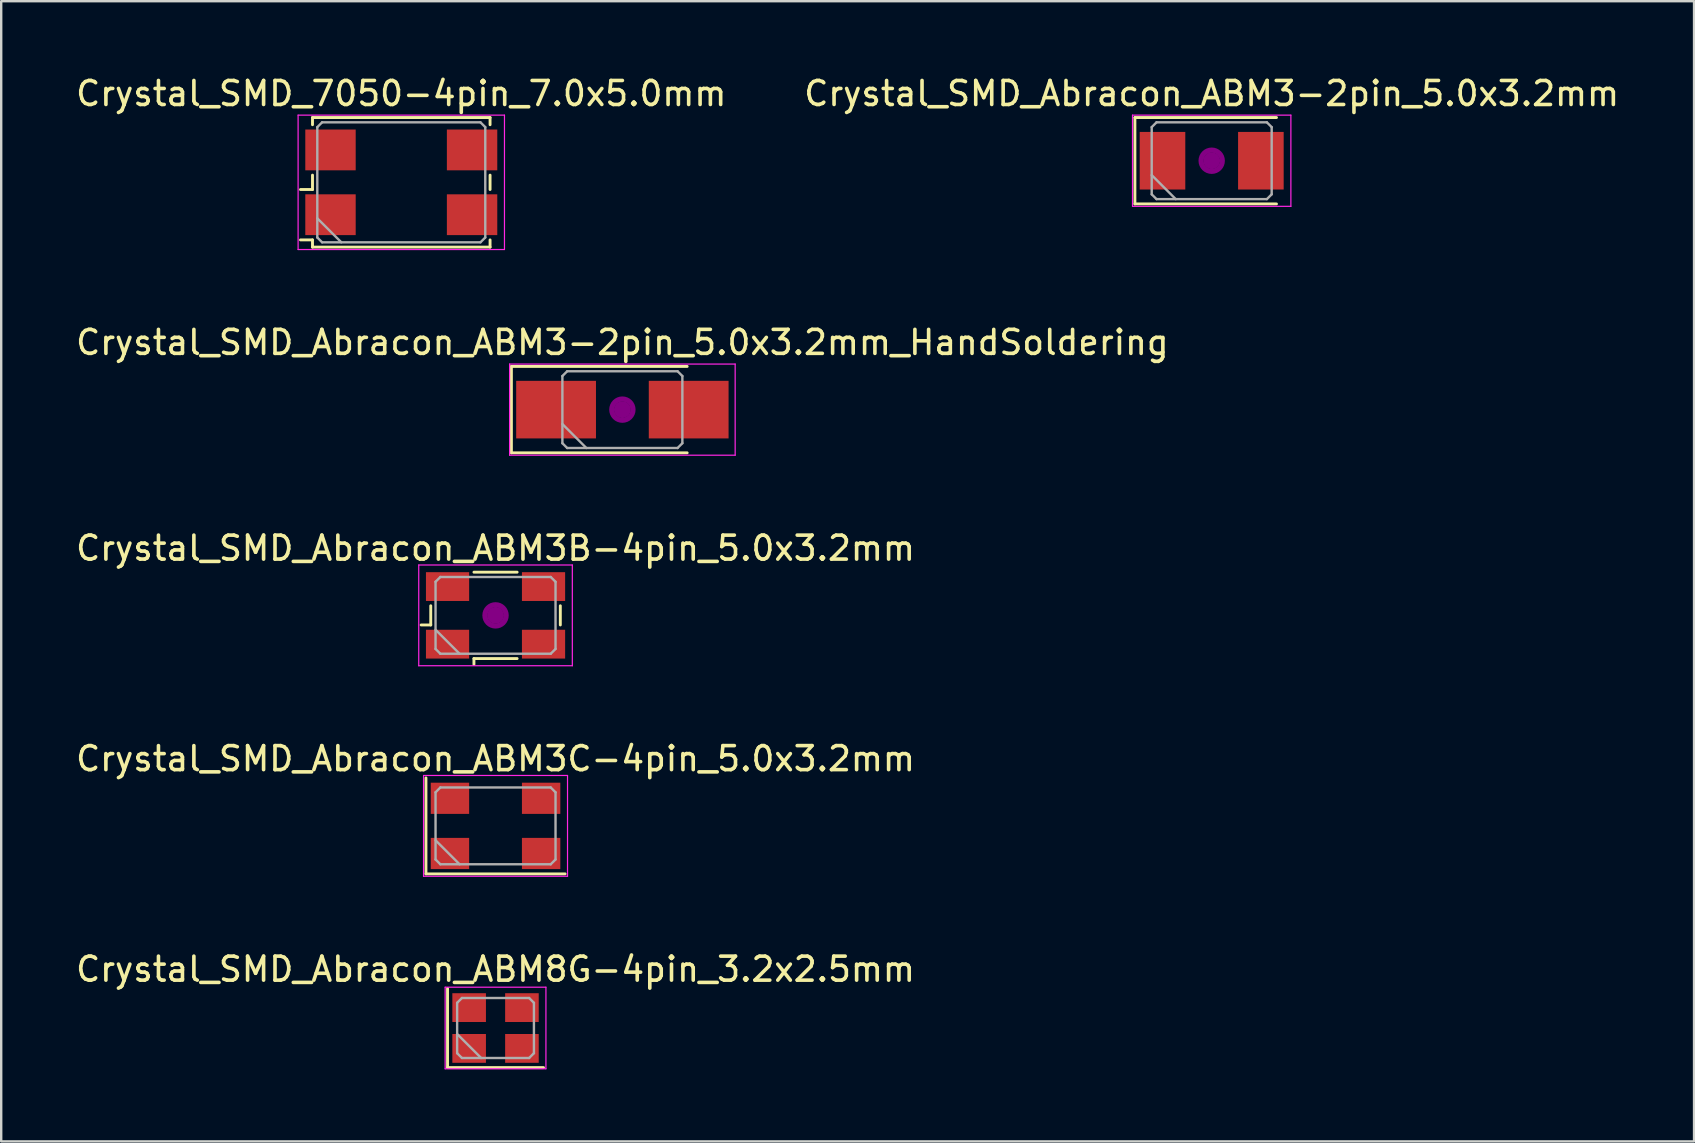
<source format=kicad_pcb>
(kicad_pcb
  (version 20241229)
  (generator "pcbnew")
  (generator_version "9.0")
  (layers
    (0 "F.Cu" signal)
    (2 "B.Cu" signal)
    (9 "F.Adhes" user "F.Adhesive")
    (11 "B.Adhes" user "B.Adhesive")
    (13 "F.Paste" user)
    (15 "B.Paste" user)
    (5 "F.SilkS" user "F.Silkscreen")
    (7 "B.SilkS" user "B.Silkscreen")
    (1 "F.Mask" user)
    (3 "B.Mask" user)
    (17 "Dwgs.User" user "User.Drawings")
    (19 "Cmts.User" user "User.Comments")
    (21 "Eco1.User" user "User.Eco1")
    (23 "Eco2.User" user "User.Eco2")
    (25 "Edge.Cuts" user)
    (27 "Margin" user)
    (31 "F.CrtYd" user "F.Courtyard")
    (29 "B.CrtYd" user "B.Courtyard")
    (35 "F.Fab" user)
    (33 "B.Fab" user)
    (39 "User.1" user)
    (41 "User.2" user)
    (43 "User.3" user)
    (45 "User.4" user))
  (footprint "Crystal_SMD_7050-4pin_7.0x5.0mm"
    (layer "F.Cu")
    (at 13.673 4.548)
    (property "Reference" "Crystal_SMD_7050-4pin_7.0x5.0mm" (at 0 -3.7 0) (layer "F.SilkS") (effects (font (size 1 1) (thickness 0.15))))
    (attr smd)
    (fp_line (start -4.2 0.3) (end -3.7 0.3) (stroke (width 0.12) (type solid)) (layer "F.SilkS"))
    (fp_line (start -4.2 2.4) (end -3.7 2.4) (stroke (width 0.12) (type solid)) (layer "F.SilkS"))
    (fp_line (start -3.7 -2.7) (end 3.7 -2.7) (stroke (width 0.12) (type solid)) (layer "F.SilkS"))
    (fp_line (start -3.7 -2.4) (end -3.7 -2.7) (stroke (width 0.12) (type solid)) (layer "F.SilkS"))
    (fp_line (start -3.7 0.3) (end -3.7 -0.3) (stroke (width 0.12) (type solid)) (layer "F.SilkS"))
    (fp_line (start -3.7 2.4) (end -3.7 2.7) (stroke (width 0.12) (type solid)) (layer "F.SilkS"))
    (fp_line (start -3.7 2.7) (end 3.7 2.7) (stroke (width 0.12) (type solid)) (layer "F.SilkS"))
    (fp_line (start 3.7 -2.7) (end 3.7 -2.4) (stroke (width 0.12) (type solid)) (layer "F.SilkS"))
    (fp_line (start 3.7 -0.3) (end 3.7 0.3) (stroke (width 0.12) (type solid)) (layer "F.SilkS"))
    (fp_line (start 3.7 2.7) (end 3.7 2.4) (stroke (width 0.12) (type solid)) (layer "F.SilkS"))
    (fp_line (start -4.3 -2.8) (end -4.3 2.8) (stroke (width 0.05) (type solid)) (layer "F.CrtYd"))
    (fp_line (start -4.3 2.8) (end 4.3 2.8) (stroke (width 0.05) (type solid)) (layer "F.CrtYd"))
    (fp_line (start 4.3 -2.8) (end -4.3 -2.8) (stroke (width 0.05) (type solid)) (layer "F.CrtYd"))
    (fp_line (start 4.3 2.8) (end 4.3 -2.8) (stroke (width 0.05) (type solid)) (layer "F.CrtYd"))
    (fp_line (start -3.5 -2.3) (end -3.3 -2.5) (stroke (width 0.1) (type solid)) (layer "F.Fab"))
    (fp_line (start -3.5 1.5) (end -2.5 2.5) (stroke (width 0.1) (type solid)) (layer "F.Fab"))
    (fp_line (start -3.5 2.3) (end -3.5 -2.3) (stroke (width 0.1) (type solid)) (layer "F.Fab"))
    (fp_line (start -3.3 -2.5) (end 3.3 -2.5) (stroke (width 0.1) (type solid)) (layer "F.Fab"))
    (fp_line (start -3.3 2.5) (end -3.5 2.3) (stroke (width 0.1) (type solid)) (layer "F.Fab"))
    (fp_line (start 3.3 -2.5) (end 3.5 -2.3) (stroke (width 0.1) (type solid)) (layer "F.Fab"))
    (fp_line (start 3.3 2.5) (end -3.3 2.5) (stroke (width 0.1) (type solid)) (layer "F.Fab"))
    (fp_line (start 3.5 -2.3) (end 3.5 2.3) (stroke (width 0.1) (type solid)) (layer "F.Fab"))
    (fp_line (start 3.5 2.3) (end 3.3 2.5) (stroke (width 0.1) (type solid)) (layer "F.Fab"))
    (pad "1" smd rect (at -2.95 1.35) (size 2.1 1.7) (layers "F.Cu" "F.Mask"))
    (pad "2" smd rect (at 2.95 1.35) (size 2.1 1.7) (layers "F.Cu" "F.Mask"))
    (pad "3" smd rect (at 2.95 -1.35) (size 2.1 1.7) (layers "F.Cu" "F.Mask"))
    (pad "4" smd rect (at -2.95 -1.35) (size 2.1 1.7) (layers "F.Cu" "F.Mask")))
  (footprint "Crystal_SMD_Abracon_ABM3C-4pin_5.0x3.2mm"
    (layer "F.Cu")
    (at 17.601 31.368)
    (property "Reference" "Crystal_SMD_Abracon_ABM3C-4pin_5.0x3.2mm" (at 0 -2.8 0) (layer "F.SilkS") (effects (font (size 1 1) (thickness 0.15))))
    (attr smd)
    (fp_line (start -2.9 -2) (end -2.9 2) (stroke (width 0.12) (type solid)) (layer "F.SilkS"))
    (fp_line (start -2.9 2) (end 2.9 2) (stroke (width 0.12) (type solid)) (layer "F.SilkS"))
    (fp_line (start -3 -2.1) (end -3 2.1) (stroke (width 0.05) (type solid)) (layer "F.CrtYd"))
    (fp_line (start -3 2.1) (end 3 2.1) (stroke (width 0.05) (type solid)) (layer "F.CrtYd"))
    (fp_line (start 3 -2.1) (end -3 -2.1) (stroke (width 0.05) (type solid)) (layer "F.CrtYd"))
    (fp_line (start 3 2.1) (end 3 -2.1) (stroke (width 0.05) (type solid)) (layer "F.CrtYd"))
    (fp_line (start -2.5 -1.4) (end -2.3 -1.6) (stroke (width 0.1) (type solid)) (layer "F.Fab"))
    (fp_line (start -2.5 0.6) (end -1.5 1.6) (stroke (width 0.1) (type solid)) (layer "F.Fab"))
    (fp_line (start -2.5 1.4) (end -2.5 -1.4) (stroke (width 0.1) (type solid)) (layer "F.Fab"))
    (fp_line (start -2.3 -1.6) (end 2.3 -1.6) (stroke (width 0.1) (type solid)) (layer "F.Fab"))
    (fp_line (start -2.3 1.6) (end -2.5 1.4) (stroke (width 0.1) (type solid)) (layer "F.Fab"))
    (fp_line (start 2.3 -1.6) (end 2.5 -1.4) (stroke (width 0.1) (type solid)) (layer "F.Fab"))
    (fp_line (start 2.3 1.6) (end -2.3 1.6) (stroke (width 0.1) (type solid)) (layer "F.Fab"))
    (fp_line (start 2.5 -1.4) (end 2.5 1.4) (stroke (width 0.1) (type solid)) (layer "F.Fab"))
    (fp_line (start 2.5 1.4) (end 2.3 1.6) (stroke (width 0.1) (type solid)) (layer "F.Fab"))
    (pad "1" smd rect (at -1.9 1.15) (size 1.6 1.3) (layers "F.Cu" "F.Mask"))
    (pad "2" smd rect (at 1.9 1.15) (size 1.6 1.3) (layers "F.Cu" "F.Mask"))
    (pad "3" smd rect (at 1.9 -1.15) (size 1.6 1.3) (layers "F.Cu" "F.Mask"))
    (pad "4" smd rect (at -1.9 -1.15) (size 1.6 1.3) (layers "F.Cu" "F.Mask")))
  (footprint "Crystal_SMD_Abracon_ABM8G-4pin_3.2x2.5mm"
    (layer "F.Cu")
    (at 17.601 39.791)
    (property "Reference" "Crystal_SMD_Abracon_ABM8G-4pin_3.2x2.5mm" (at 0 -2.45 0) (layer "F.SilkS") (effects (font (size 1 1) (thickness 0.15))))
    (attr smd)
    (fp_line (start -2 -1.65) (end -2 1.65) (stroke (width 0.12) (type solid)) (layer "F.SilkS"))
    (fp_line (start -2 1.65) (end 2 1.65) (stroke (width 0.12) (type solid)) (layer "F.SilkS"))
    (fp_line (start -2.1 -1.7) (end -2.1 1.7) (stroke (width 0.05) (type solid)) (layer "F.CrtYd"))
    (fp_line (start -2.1 1.7) (end 2.1 1.7) (stroke (width 0.05) (type solid)) (layer "F.CrtYd"))
    (fp_line (start 2.1 -1.7) (end -2.1 -1.7) (stroke (width 0.05) (type solid)) (layer "F.CrtYd"))
    (fp_line (start 2.1 1.7) (end 2.1 -1.7) (stroke (width 0.05) (type solid)) (layer "F.CrtYd"))
    (fp_line (start -1.6 -1.05) (end -1.4 -1.25) (stroke (width 0.1) (type solid)) (layer "F.Fab"))
    (fp_line (start -1.6 0.25) (end -0.6 1.25) (stroke (width 0.1) (type solid)) (layer "F.Fab"))
    (fp_line (start -1.6 1.05) (end -1.6 -1.05) (stroke (width 0.1) (type solid)) (layer "F.Fab"))
    (fp_line (start -1.4 -1.25) (end 1.4 -1.25) (stroke (width 0.1) (type solid)) (layer "F.Fab"))
    (fp_line (start -1.4 1.25) (end -1.6 1.05) (stroke (width 0.1) (type solid)) (layer "F.Fab"))
    (fp_line (start 1.4 -1.25) (end 1.6 -1.05) (stroke (width 0.1) (type solid)) (layer "F.Fab"))
    (fp_line (start 1.4 1.25) (end -1.4 1.25) (stroke (width 0.1) (type solid)) (layer "F.Fab"))
    (fp_line (start 1.6 -1.05) (end 1.6 1.05) (stroke (width 0.1) (type solid)) (layer "F.Fab"))
    (fp_line (start 1.6 1.05) (end 1.4 1.25) (stroke (width 0.1) (type solid)) (layer "F.Fab"))
    (pad "1" smd rect (at -1.1 0.85) (size 1.4 1.2) (layers "F.Cu" "F.Mask"))
    (pad "2" smd rect (at 1.1 0.85) (size 1.4 1.2) (layers "F.Cu" "F.Mask"))
    (pad "3" smd rect (at 1.1 -0.85) (size 1.4 1.2) (layers "F.Cu" "F.Mask"))
    (pad "4" smd rect (at -1.1 -0.85) (size 1.4 1.2) (layers "F.Cu" "F.Mask")))
  (footprint "Crystal_SMD_Abracon_ABM3-2pin_5.0x3.2mm"
    (layer "F.Cu")
    (at 47.446 3.648)
    (property "Reference" "Crystal_SMD_Abracon_ABM3-2pin_5.0x3.2mm" (at 0 -2.8 0) (layer "F.SilkS") (effects (font (size 1 1) (thickness 0.15))))
    (attr smd)
    (fp_line (start -3.2 -1.8) (end -3.2 1.8) (stroke (width 0.12) (type solid)) (layer "F.SilkS"))
    (fp_line (start -3.2 1.8) (end 2.7 1.8) (stroke (width 0.12) (type solid)) (layer "F.SilkS"))
    (fp_line (start 2.7 -1.8) (end -3.2 -1.8) (stroke (width 0.12) (type solid)) (layer "F.SilkS"))
    (fp_circle (center 0 0) (end 0.117 0) (stroke (width 0.233) (type solid)) (fill no) (layer "F.Adhes"))
    (fp_circle (center 0 0) (end 0.267 0) (stroke (width 0.167) (type solid)) (fill no) (layer "F.Adhes"))
    (fp_circle (center 0 0) (end 0.417 0) (stroke (width 0.167) (type solid)) (fill no) (layer "F.Adhes"))
    (fp_circle (center 0 0) (end 0.5 0) (stroke (width 0.1) (type solid)) (fill no) (layer "F.Adhes"))
    (fp_line (start -3.3 -1.9) (end -3.3 1.9) (stroke (width 0.05) (type solid)) (layer "F.CrtYd"))
    (fp_line (start -3.3 1.9) (end 3.3 1.9) (stroke (width 0.05) (type solid)) (layer "F.CrtYd"))
    (fp_line (start 3.3 -1.9) (end -3.3 -1.9) (stroke (width 0.05) (type solid)) (layer "F.CrtYd"))
    (fp_line (start 3.3 1.9) (end 3.3 -1.9) (stroke (width 0.05) (type solid)) (layer "F.CrtYd"))
    (fp_line (start -2.5 -1.4) (end -2.3 -1.6) (stroke (width 0.1) (type solid)) (layer "F.Fab"))
    (fp_line (start -2.5 0.6) (end -1.5 1.6) (stroke (width 0.1) (type solid)) (layer "F.Fab"))
    (fp_line (start -2.5 1.4) (end -2.5 -1.4) (stroke (width 0.1) (type solid)) (layer "F.Fab"))
    (fp_line (start -2.3 -1.6) (end 2.3 -1.6) (stroke (width 0.1) (type solid)) (layer "F.Fab"))
    (fp_line (start -2.3 1.6) (end -2.5 1.4) (stroke (width 0.1) (type solid)) (layer "F.Fab"))
    (fp_line (start 2.3 -1.6) (end 2.5 -1.4) (stroke (width 0.1) (type solid)) (layer "F.Fab"))
    (fp_line (start 2.3 1.6) (end -2.3 1.6) (stroke (width 0.1) (type solid)) (layer "F.Fab"))
    (fp_line (start 2.5 -1.4) (end 2.5 1.4) (stroke (width 0.1) (type solid)) (layer "F.Fab"))
    (fp_line (start 2.5 1.4) (end 2.3 1.6) (stroke (width 0.1) (type solid)) (layer "F.Fab"))
    (pad "1" smd rect (at -2.05 0) (size 1.9 2.4) (layers "F.Cu" "F.Mask"))
    (pad "2" smd rect (at 2.05 0) (size 1.9 2.4) (layers "F.Cu" "F.Mask")))
  (footprint "Crystal_SMD_Abracon_ABM3-2pin_5.0x3.2mm_HandSoldering"
    (layer "F.Cu")
    (at 22.887 14.021)
    (property "Reference" "Crystal_SMD_Abracon_ABM3-2pin_5.0x3.2mm_HandSoldering" (at 0 -2.8 0) (layer "F.SilkS") (effects (font (size 1 1) (thickness 0.15))))
    (attr smd)
    (fp_line (start -4.625 -1.8) (end -4.625 1.8) (stroke (width 0.12) (type solid)) (layer "F.SilkS"))
    (fp_line (start -4.625 1.8) (end 2.7 1.8) (stroke (width 0.12) (type solid)) (layer "F.SilkS"))
    (fp_line (start 2.7 -1.8) (end -4.625 -1.8) (stroke (width 0.12) (type solid)) (layer "F.SilkS"))
    (fp_circle (center 0 0) (end 0.117 0) (stroke (width 0.233) (type solid)) (fill no) (layer "F.Adhes"))
    (fp_circle (center 0 0) (end 0.267 0) (stroke (width 0.167) (type solid)) (fill no) (layer "F.Adhes"))
    (fp_circle (center 0 0) (end 0.417 0) (stroke (width 0.167) (type solid)) (fill no) (layer "F.Adhes"))
    (fp_circle (center 0 0) (end 0.5 0) (stroke (width 0.1) (type solid)) (fill no) (layer "F.Adhes"))
    (fp_line (start -4.7 -1.9) (end -4.7 1.9) (stroke (width 0.05) (type solid)) (layer "F.CrtYd"))
    (fp_line (start -4.7 1.9) (end 4.7 1.9) (stroke (width 0.05) (type solid)) (layer "F.CrtYd"))
    (fp_line (start 4.7 -1.9) (end -4.7 -1.9) (stroke (width 0.05) (type solid)) (layer "F.CrtYd"))
    (fp_line (start 4.7 1.9) (end 4.7 -1.9) (stroke (width 0.05) (type solid)) (layer "F.CrtYd"))
    (fp_line (start -2.5 -1.4) (end -2.3 -1.6) (stroke (width 0.1) (type solid)) (layer "F.Fab"))
    (fp_line (start -2.5 0.6) (end -1.5 1.6) (stroke (width 0.1) (type solid)) (layer "F.Fab"))
    (fp_line (start -2.5 1.4) (end -2.5 -1.4) (stroke (width 0.1) (type solid)) (layer "F.Fab"))
    (fp_line (start -2.3 -1.6) (end 2.3 -1.6) (stroke (width 0.1) (type solid)) (layer "F.Fab"))
    (fp_line (start -2.3 1.6) (end -2.5 1.4) (stroke (width 0.1) (type solid)) (layer "F.Fab"))
    (fp_line (start 2.3 -1.6) (end 2.5 -1.4) (stroke (width 0.1) (type solid)) (layer "F.Fab"))
    (fp_line (start 2.3 1.6) (end -2.3 1.6) (stroke (width 0.1) (type solid)) (layer "F.Fab"))
    (fp_line (start 2.5 -1.4) (end 2.5 1.4) (stroke (width 0.1) (type solid)) (layer "F.Fab"))
    (fp_line (start 2.5 1.4) (end 2.3 1.6) (stroke (width 0.1) (type solid)) (layer "F.Fab"))
    (pad "1" smd rect (at -2.763 0) (size 3.325 2.4) (layers "F.Cu" "F.Mask"))
    (pad "2" smd rect (at 2.763 0) (size 3.325 2.4) (layers "F.Cu" "F.Mask")))
  (footprint "Crystal_SMD_Abracon_ABM3B-4pin_5.0x3.2mm"
    (layer "F.Cu")
    (at 17.601 22.595)
    (property "Reference" "Crystal_SMD_Abracon_ABM3B-4pin_5.0x3.2mm" (at 0 -2.8 0) (layer "F.SilkS") (effects (font (size 1 1) (thickness 0.15))))
    (attr smd)
    (fp_line (start -3.1 0.4) (end -2.7 0.4) (stroke (width 0.12) (type solid)) (layer "F.SilkS"))
    (fp_line (start -2.7 0.4) (end -2.7 -0.4) (stroke (width 0.12) (type solid)) (layer "F.SilkS"))
    (fp_line (start -0.9 -1.8) (end 0.9 -1.8) (stroke (width 0.12) (type solid)) (layer "F.SilkS"))
    (fp_line (start -0.9 1.8) (end -0.9 2.04) (stroke (width 0.12) (type solid)) (layer "F.SilkS"))
    (fp_line (start 0.9 1.8) (end -0.9 1.8) (stroke (width 0.12) (type solid)) (layer "F.SilkS"))
    (fp_line (start 2.7 -0.4) (end 2.7 0.4) (stroke (width 0.12) (type solid)) (layer "F.SilkS"))
    (fp_circle (center 0 0) (end 0.117 0) (stroke (width 0.233) (type solid)) (fill no) (layer "F.Adhes"))
    (fp_circle (center 0 0) (end 0.267 0) (stroke (width 0.167) (type solid)) (fill no) (layer "F.Adhes"))
    (fp_circle (center 0 0) (end 0.417 0) (stroke (width 0.167) (type solid)) (fill no) (layer "F.Adhes"))
    (fp_circle (center 0 0) (end 0.5 0) (stroke (width 0.1) (type solid)) (fill no) (layer "F.Adhes"))
    (fp_line (start -3.2 -2.1) (end -3.2 2.1) (stroke (width 0.05) (type solid)) (layer "F.CrtYd"))
    (fp_line (start -3.2 2.1) (end 3.2 2.1) (stroke (width 0.05) (type solid)) (layer "F.CrtYd"))
    (fp_line (start 3.2 -2.1) (end -3.2 -2.1) (stroke (width 0.05) (type solid)) (layer "F.CrtYd"))
    (fp_line (start 3.2 2.1) (end 3.2 -2.1) (stroke (width 0.05) (type solid)) (layer "F.CrtYd"))
    (fp_line (start -2.5 -1.4) (end -2.3 -1.6) (stroke (width 0.1) (type solid)) (layer "F.Fab"))
    (fp_line (start -2.5 0.6) (end -1.5 1.6) (stroke (width 0.1) (type solid)) (layer "F.Fab"))
    (fp_line (start -2.5 1.4) (end -2.5 -1.4) (stroke (width 0.1) (type solid)) (layer "F.Fab"))
    (fp_line (start -2.3 -1.6) (end 2.3 -1.6) (stroke (width 0.1) (type solid)) (layer "F.Fab"))
    (fp_line (start -2.3 1.6) (end -2.5 1.4) (stroke (width 0.1) (type solid)) (layer "F.Fab"))
    (fp_line (start 2.3 -1.6) (end 2.5 -1.4) (stroke (width 0.1) (type solid)) (layer "F.Fab"))
    (fp_line (start 2.3 1.6) (end -2.3 1.6) (stroke (width 0.1) (type solid)) (layer "F.Fab"))
    (fp_line (start 2.5 -1.4) (end 2.5 1.4) (stroke (width 0.1) (type solid)) (layer "F.Fab"))
    (fp_line (start 2.5 1.4) (end 2.3 1.6) (stroke (width 0.1) (type solid)) (layer "F.Fab"))
    (pad "1" smd rect (at -2 1.2) (size 1.8 1.2) (layers "F.Cu" "F.Mask"))
    (pad "2" smd rect (at 2 1.2) (size 1.8 1.2) (layers "F.Cu" "F.Mask"))
    (pad "3" smd rect (at 2 -1.2) (size 1.8 1.2) (layers "F.Cu" "F.Mask"))
    (pad "4" smd rect (at -2 -1.2) (size 1.8 1.2) (layers "F.Cu" "F.Mask")))
  (gr_rect
    (start -3 -3)
    (end 67.548 44.516)
    (stroke (width 0.1) (type default))
    (fill no)
    (layer "Edge.Cuts")))
</source>
